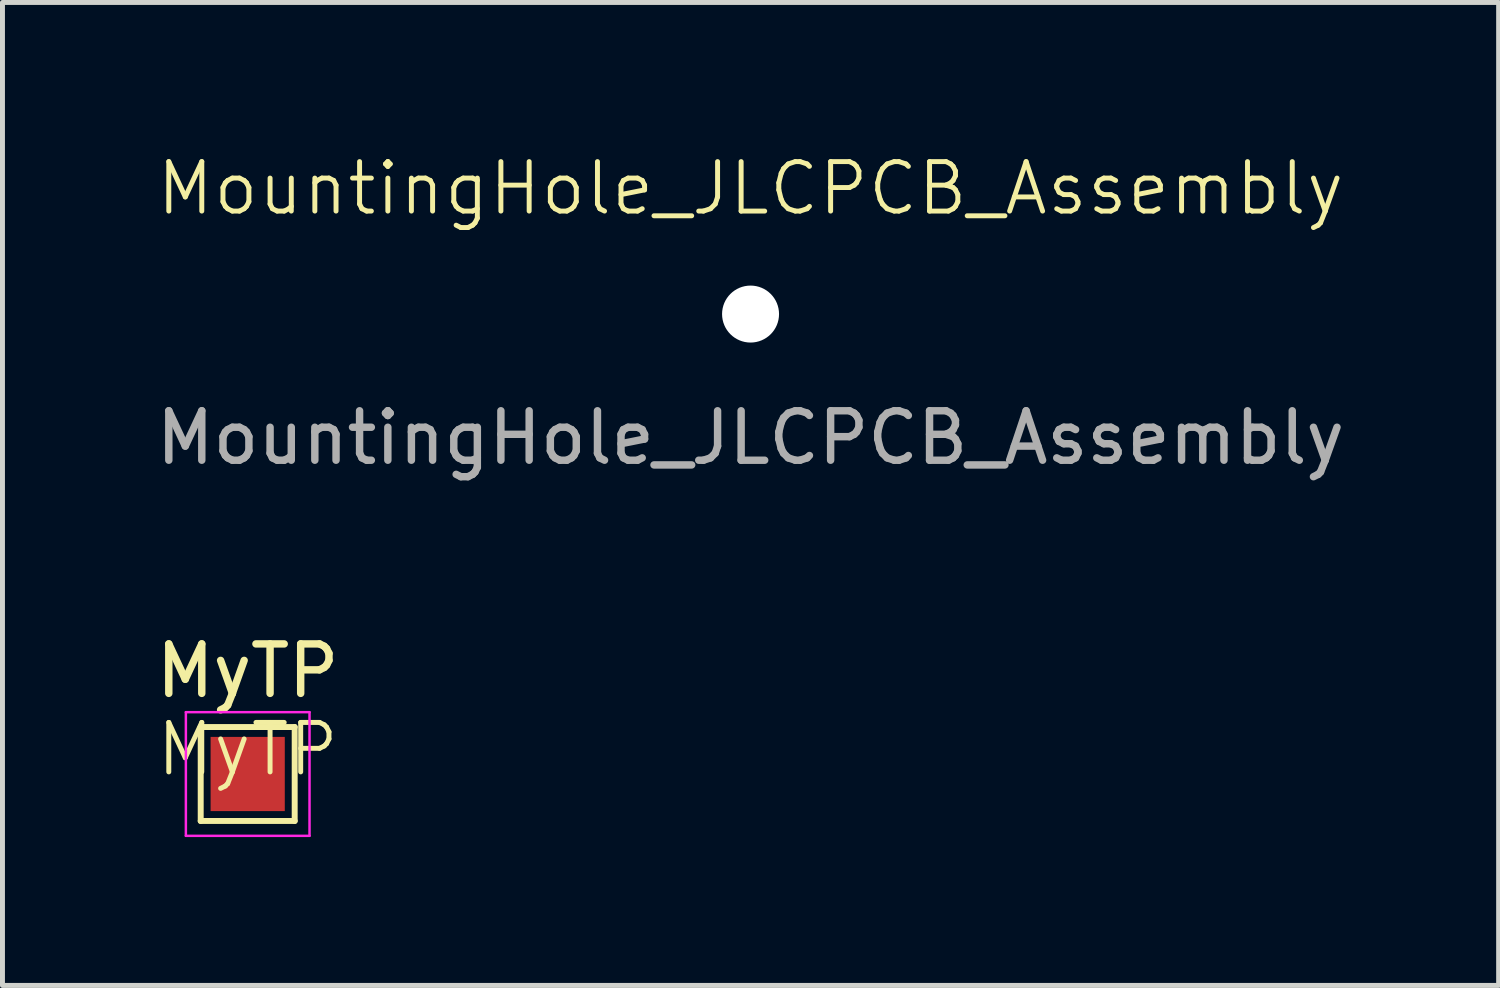
<source format=kicad_pcb>
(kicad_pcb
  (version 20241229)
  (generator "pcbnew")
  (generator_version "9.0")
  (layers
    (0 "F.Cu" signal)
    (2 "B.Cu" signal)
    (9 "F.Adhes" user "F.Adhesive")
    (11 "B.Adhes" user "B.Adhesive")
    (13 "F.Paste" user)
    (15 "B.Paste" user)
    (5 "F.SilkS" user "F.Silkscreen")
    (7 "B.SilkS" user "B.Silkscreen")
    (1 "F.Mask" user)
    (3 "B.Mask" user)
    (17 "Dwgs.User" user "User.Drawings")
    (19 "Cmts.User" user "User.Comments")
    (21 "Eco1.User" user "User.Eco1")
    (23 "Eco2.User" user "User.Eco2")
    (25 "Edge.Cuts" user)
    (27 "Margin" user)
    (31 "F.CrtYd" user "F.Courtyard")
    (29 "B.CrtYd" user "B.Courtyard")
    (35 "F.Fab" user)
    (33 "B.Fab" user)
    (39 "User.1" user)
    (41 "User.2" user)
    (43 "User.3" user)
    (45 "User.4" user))
  (footprint "MyTP"
    (layer "F.Cu")
    (at 1.958 12.599)
    (property "Reference" "MyTP" (at 0 -0.5 0) (unlocked yes) (layer "F.SilkS") (effects (font (size 1 1) (thickness 0.1))))
    (property "Value" "MyTP" (at 0 1 0) (unlocked yes) (layer "F.Fab") (hide yes) (effects (font (size 1 1) (thickness 0.15))))
    (attr through_hole)
    (fp_line (start -0.95 -0.95) (end 0.95 -0.95) (stroke (width 0.12) (type solid)) (layer "F.SilkS"))
    (fp_line (start -0.95 0.95) (end -0.95 -0.95) (stroke (width 0.12) (type solid)) (layer "F.SilkS"))
    (fp_line (start 0.95 -0.95) (end 0.95 0.95) (stroke (width 0.12) (type solid)) (layer "F.SilkS"))
    (fp_line (start 0.95 0.95) (end -0.95 0.95) (stroke (width 0.12) (type solid)) (layer "F.SilkS"))
    (fp_line (start -1.25 -1.25) (end -1.25 1.25) (stroke (width 0.05) (type solid)) (layer "F.CrtYd"))
    (fp_line (start -1.25 -1.25) (end 1.25 -1.25) (stroke (width 0.05) (type solid)) (layer "F.CrtYd"))
    (fp_line (start 1.25 1.25) (end -1.25 1.25) (stroke (width 0.05) (type solid)) (layer "F.CrtYd"))
    (fp_line (start 1.25 1.25) (end 1.25 -1.25) (stroke (width 0.05) (type solid)) (layer "F.CrtYd"))
    (fp_text user "${VALUE}" (at 0 -1.5 0) (unlocked yes) (layer "F.SilkS") (effects (font (size 1 1) (thickness 0.15)) (justify bottom)))
    (pad "1" smd rect (at 0 0) (size 1.5 1.5) (layers "F.Cu" "F.Mask")))
  (footprint "MountingHole_JLCPCB_Assembly"
    (layer "F.Cu")
    (at 12.125 3.3)
    (property "Reference" "MountingHole_JLCPCB_Assembly" (at 0 -2.54 0) (unlocked yes) (layer "F.SilkS") (effects (font (size 1 1) (thickness 0.1))))
    (attr through_hole)
    (fp_text user "${REFERENCE}" (at 0 2.5 0) (unlocked yes) (layer "F.Fab") (effects (font (size 1 1) (thickness 0.15))))
    (pad "" np_thru_hole circle (at 0 0) (size 1.152 1.152) (drill 1.152) (layers "*.Cu" "*.Mask")))
  (gr_rect
    (start -3 -3)
    (end 27.25 16.874)
    (stroke (width 0.1) (type default))
    (fill no)
    (layer "Edge.Cuts")))
</source>
